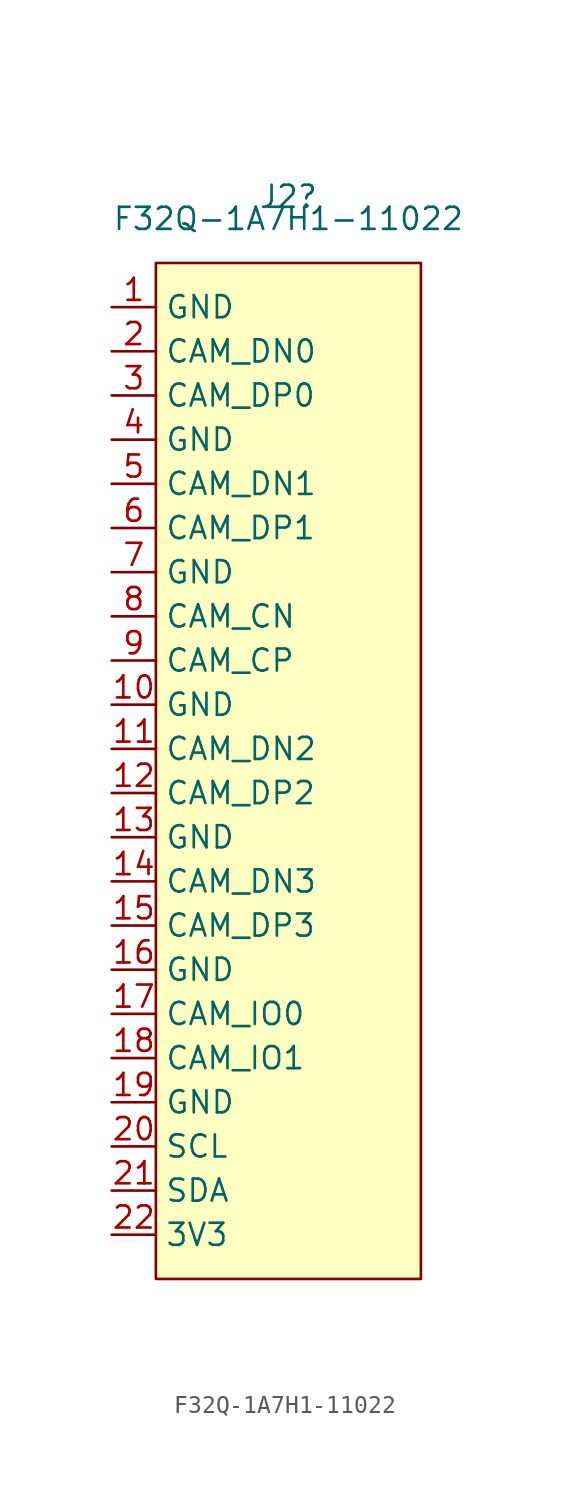
<source format=kicad_sym>
(kicad_symbol_lib
  (version 20241209)
  (generator "kicad_symbol_editor")
  (generator_version "9.0")
  (symbol "F32Q-1A7H1-11022"
    (property "Reference" "J2"
      (at 0 33.02 0)
      (effects (font (size 1.27 1.27))))
    (property "Value" "F32Q-1A7H1-11022"
      (at 0 31.75 0)
      (effects (font (size 1.27 1.27))))
    (symbol "F32Q-1A7H1-11022_1_1"
      (rectangle (start -7.62 29.21) (end 7.62 -29.21) (stroke (width 0) (type solid)) (fill (type color) (color 255 255 194 1)))
      (pin passive line (at -10.16 26.67 0) (length 2.54) (name "GND" (effects (font (size 1.27 1.27)))) (number "1" (effects (font (size 1.27 1.27)))))
      (pin passive line (at -10.16 24.13 0) (length 2.54) (name "CAM_DN0" (effects (font (size 1.27 1.27)))) (number "2" (effects (font (size 1.27 1.27)))))
      (pin passive line (at -10.16 21.59 0) (length 2.54) (name "CAM_DP0" (effects (font (size 1.27 1.27)))) (number "3" (effects (font (size 1.27 1.27)))))
      (pin passive line (at -10.16 19.05 0) (length 2.54) (name "GND" (effects (font (size 1.27 1.27)))) (number "4" (effects (font (size 1.27 1.27)))))
      (pin passive line (at -10.16 16.51 0) (length 2.54) (name "CAM_DN1" (effects (font (size 1.27 1.27)))) (number "5" (effects (font (size 1.27 1.27)))))
      (pin passive line (at -10.16 13.97 0) (length 2.54) (name "CAM_DP1" (effects (font (size 1.27 1.27)))) (number "6" (effects (font (size 1.27 1.27)))))
      (pin passive line (at -10.16 11.43 0) (length 2.54) (name "GND" (effects (font (size 1.27 1.27)))) (number "7" (effects (font (size 1.27 1.27)))))
      (pin passive line (at -10.16 8.89 0) (length 2.54) (name "CAM_CN" (effects (font (size 1.27 1.27)))) (number "8" (effects (font (size 1.27 1.27)))))
      (pin passive line (at -10.16 6.35 0) (length 2.54) (name "CAM_CP" (effects (font (size 1.27 1.27)))) (number "9" (effects (font (size 1.27 1.27)))))
      (pin passive line (at -10.16 3.81 0) (length 2.54) (name "GND" (effects (font (size 1.27 1.27)))) (number "10" (effects (font (size 1.27 1.27)))))
      (pin passive line (at -10.16 1.27 0) (length 2.54) (name "CAM_DN2" (effects (font (size 1.27 1.27)))) (number "11" (effects (font (size 1.27 1.27)))))
      (pin passive line (at -10.16 -1.27 0) (length 2.54) (name "CAM_DP2" (effects (font (size 1.27 1.27)))) (number "12" (effects (font (size 1.27 1.27)))))
      (pin passive line (at -10.16 -3.81 0) (length 2.54) (name "GND" (effects (font (size 1.27 1.27)))) (number "13" (effects (font (size 1.27 1.27)))))
      (pin passive line (at -10.16 -6.35 0) (length 2.54) (name "CAM_DN3" (effects (font (size 1.27 1.27)))) (number "14" (effects (font (size 1.27 1.27)))))
      (pin passive line (at -10.16 -8.89 0) (length 2.54) (name "CAM_DP3" (effects (font (size 1.27 1.27)))) (number "15" (effects (font (size 1.27 1.27)))))
      (pin passive line (at -10.16 -11.43 0) (length 2.54) (name "GND" (effects (font (size 1.27 1.27)))) (number "16" (effects (font (size 1.27 1.27)))))
      (pin passive line (at -10.16 -13.97 0) (length 2.54) (name "CAM_IO0" (effects (font (size 1.27 1.27)))) (number "17" (effects (font (size 1.27 1.27)))))
      (pin passive line (at -10.16 -16.51 0) (length 2.54) (name "CAM_IO1" (effects (font (size 1.27 1.27)))) (number "18" (effects (font (size 1.27 1.27)))))
      (pin passive line (at -10.16 -19.05 0) (length 2.54) (name "GND" (effects (font (size 1.27 1.27)))) (number "19" (effects (font (size 1.27 1.27)))))
      (pin passive line (at -10.16 -21.59 0) (length 2.54) (name "SCL" (effects (font (size 1.27 1.27)))) (number "20" (effects (font (size 1.27 1.27)))))
      (pin passive line (at -10.16 -24.13 0) (length 2.54) (name "SDA" (effects (font (size 1.27 1.27)))) (number "21" (effects (font (size 1.27 1.27)))))
      (pin passive line (at -10.16 -26.67 0) (length 2.54) (name "3V3" (effects (font (size 1.27 1.27)))) (number "22" (effects (font (size 1.27 1.27))))))))
</source>
